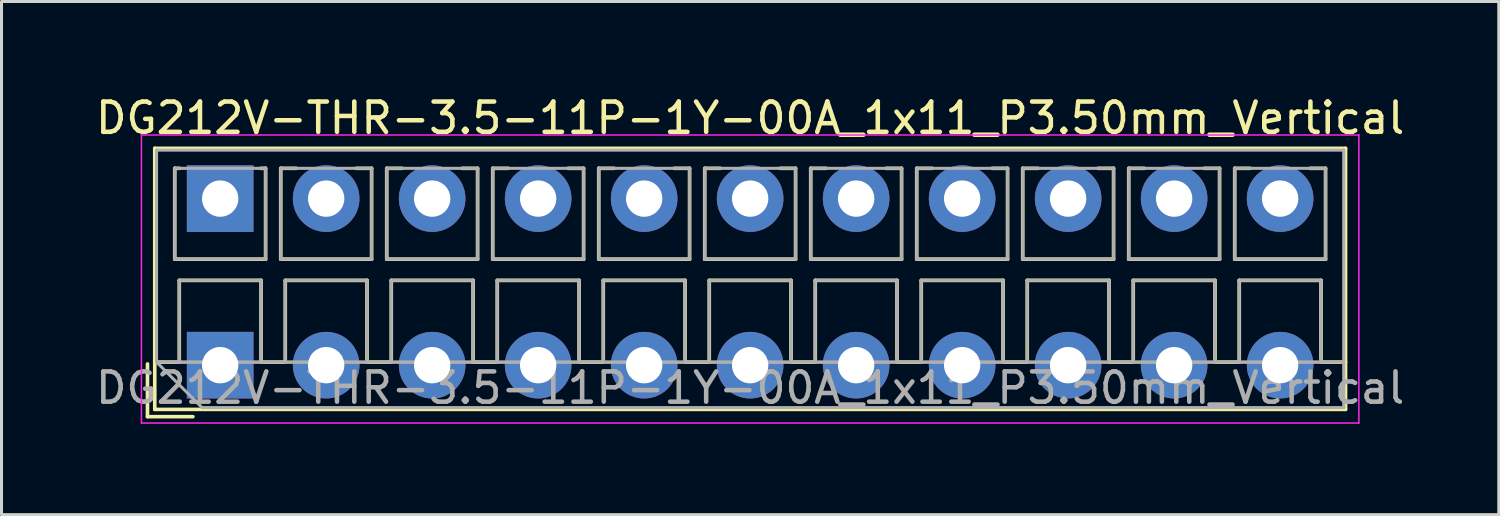
<source format=kicad_pcb>
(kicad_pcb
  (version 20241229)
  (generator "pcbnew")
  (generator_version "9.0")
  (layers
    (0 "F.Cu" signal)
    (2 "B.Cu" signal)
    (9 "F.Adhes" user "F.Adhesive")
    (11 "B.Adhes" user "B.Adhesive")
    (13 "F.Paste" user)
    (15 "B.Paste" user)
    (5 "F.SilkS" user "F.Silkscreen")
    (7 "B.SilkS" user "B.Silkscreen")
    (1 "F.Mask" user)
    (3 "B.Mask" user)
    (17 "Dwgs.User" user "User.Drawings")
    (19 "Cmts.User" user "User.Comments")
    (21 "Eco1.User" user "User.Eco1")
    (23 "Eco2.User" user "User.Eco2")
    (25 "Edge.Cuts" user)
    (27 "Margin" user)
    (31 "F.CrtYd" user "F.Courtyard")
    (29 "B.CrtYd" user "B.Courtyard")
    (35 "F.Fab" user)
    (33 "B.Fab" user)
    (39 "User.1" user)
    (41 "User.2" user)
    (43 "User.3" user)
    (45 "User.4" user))
  (footprint "DG212V-THR-3.5-11P-1Y-00A_1x11_P3.50mm_Vertical"
    (layer "F.Cu")
    (at 4.22 9.008)
    (property "Reference" "DG212V-THR-3.5-11P-1Y-00A_1x11_P3.50mm_Vertical" (at 17.5 -8.16 0) (layer "F.SilkS") (effects (font (size 1 1) (thickness 0.15))))
    (attr through_hole)
    (fp_line (start -2.4 -0.04) (end -2.4 1.7) (stroke (width 0.12) (type solid)) (layer "F.SilkS"))
    (fp_line (start -2.4 1.7) (end -0.9 1.7) (stroke (width 0.12) (type solid)) (layer "F.SilkS"))
    (fp_line (start -2.16 -7.16) (end -2.16 1.46) (stroke (width 0.12) (type solid)) (layer "F.SilkS"))
    (fp_line (start -2.16 -7.16) (end 37.16 -7.16) (stroke (width 0.12) (type solid)) (layer "F.SilkS"))
    (fp_line (start -2.16 -0.1) (end -1.34 -0.1) (stroke (width 0.12) (type solid)) (layer "F.SilkS"))
    (fp_line (start -2.16 1.46) (end 37.16 1.46) (stroke (width 0.12) (type solid)) (layer "F.SilkS"))
    (fp_line (start -1.5 -6.5) (end -1.5 -3.5) (stroke (width 0.12) (type solid)) (layer "F.SilkS"))
    (fp_line (start -1.5 -6.5) (end -1.34 -6.5) (stroke (width 0.12) (type solid)) (layer "F.SilkS"))
    (fp_line (start -1.5 -3.5) (end 1.5 -3.5) (stroke (width 0.12) (type solid)) (layer "F.SilkS"))
    (fp_line (start -1.35 -2.8) (end -1.35 -0.1) (stroke (width 0.12) (type solid)) (layer "F.SilkS"))
    (fp_line (start -1.35 -2.8) (end 1.35 -2.8) (stroke (width 0.12) (type solid)) (layer "F.SilkS"))
    (fp_line (start -1.35 -0.1) (end -1.34 -0.1) (stroke (width 0.12) (type solid)) (layer "F.SilkS"))
    (fp_line (start 1.34 -6.5) (end 1.5 -6.5) (stroke (width 0.12) (type solid)) (layer "F.SilkS"))
    (fp_line (start 1.34 -0.1) (end 1.35 -0.1) (stroke (width 0.12) (type solid)) (layer "F.SilkS"))
    (fp_line (start 1.34 -0.1) (end 2.148 -0.1) (stroke (width 0.12) (type solid)) (layer "F.SilkS"))
    (fp_line (start 1.35 -2.8) (end 1.35 -0.1) (stroke (width 0.12) (type solid)) (layer "F.SilkS"))
    (fp_line (start 1.5 -6.5) (end 1.5 -3.5) (stroke (width 0.12) (type solid)) (layer "F.SilkS"))
    (fp_line (start 2 -6.5) (end 2 -3.5) (stroke (width 0.12) (type solid)) (layer "F.SilkS"))
    (fp_line (start 2 -6.5) (end 2.512 -6.5) (stroke (width 0.12) (type solid)) (layer "F.SilkS"))
    (fp_line (start 2 -3.5) (end 5 -3.5) (stroke (width 0.12) (type solid)) (layer "F.SilkS"))
    (fp_line (start 2.15 -2.8) (end 2.15 -0.183) (stroke (width 0.12) (type solid)) (layer "F.SilkS"))
    (fp_line (start 2.15 -2.8) (end 4.85 -2.8) (stroke (width 0.12) (type solid)) (layer "F.SilkS"))
    (fp_line (start 4.489 -6.5) (end 5 -6.5) (stroke (width 0.12) (type solid)) (layer "F.SilkS"))
    (fp_line (start 4.85 -2.8) (end 4.85 -0.183) (stroke (width 0.12) (type solid)) (layer "F.SilkS"))
    (fp_line (start 4.853 -0.1) (end 5.648 -0.1) (stroke (width 0.12) (type solid)) (layer "F.SilkS"))
    (fp_line (start 5 -6.5) (end 5 -3.5) (stroke (width 0.12) (type solid)) (layer "F.SilkS"))
    (fp_line (start 5.5 -6.5) (end 5.5 -3.5) (stroke (width 0.12) (type solid)) (layer "F.SilkS"))
    (fp_line (start 5.5 -6.5) (end 6.012 -6.5) (stroke (width 0.12) (type solid)) (layer "F.SilkS"))
    (fp_line (start 5.5 -3.5) (end 8.5 -3.5) (stroke (width 0.12) (type solid)) (layer "F.SilkS"))
    (fp_line (start 5.65 -2.8) (end 5.65 -0.183) (stroke (width 0.12) (type solid)) (layer "F.SilkS"))
    (fp_line (start 5.65 -2.8) (end 8.351 -2.8) (stroke (width 0.12) (type solid)) (layer "F.SilkS"))
    (fp_line (start 7.989 -6.5) (end 8.5 -6.5) (stroke (width 0.12) (type solid)) (layer "F.SilkS"))
    (fp_line (start 8.351 -2.8) (end 8.351 -0.183) (stroke (width 0.12) (type solid)) (layer "F.SilkS"))
    (fp_line (start 8.353 -0.1) (end 9.148 -0.1) (stroke (width 0.12) (type solid)) (layer "F.SilkS"))
    (fp_line (start 8.5 -6.5) (end 8.5 -3.5) (stroke (width 0.12) (type solid)) (layer "F.SilkS"))
    (fp_line (start 9 -6.5) (end 9 -3.5) (stroke (width 0.12) (type solid)) (layer "F.SilkS"))
    (fp_line (start 9 -6.5) (end 9.512 -6.5) (stroke (width 0.12) (type solid)) (layer "F.SilkS"))
    (fp_line (start 9 -3.5) (end 12 -3.5) (stroke (width 0.12) (type solid)) (layer "F.SilkS"))
    (fp_line (start 9.15 -2.8) (end 9.15 -0.183) (stroke (width 0.12) (type solid)) (layer "F.SilkS"))
    (fp_line (start 9.15 -2.8) (end 11.851 -2.8) (stroke (width 0.12) (type solid)) (layer "F.SilkS"))
    (fp_line (start 11.489 -6.5) (end 12 -6.5) (stroke (width 0.12) (type solid)) (layer "F.SilkS"))
    (fp_line (start 11.851 -2.8) (end 11.851 -0.183) (stroke (width 0.12) (type solid)) (layer "F.SilkS"))
    (fp_line (start 11.853 -0.1) (end 12.648 -0.1) (stroke (width 0.12) (type solid)) (layer "F.SilkS"))
    (fp_line (start 12 -6.5) (end 12 -3.5) (stroke (width 0.12) (type solid)) (layer "F.SilkS"))
    (fp_line (start 12.5 -6.5) (end 12.5 -3.5) (stroke (width 0.12) (type solid)) (layer "F.SilkS"))
    (fp_line (start 12.5 -6.5) (end 13.012 -6.5) (stroke (width 0.12) (type solid)) (layer "F.SilkS"))
    (fp_line (start 12.5 -3.5) (end 15.5 -3.5) (stroke (width 0.12) (type solid)) (layer "F.SilkS"))
    (fp_line (start 12.65 -2.8) (end 12.65 -0.183) (stroke (width 0.12) (type solid)) (layer "F.SilkS"))
    (fp_line (start 12.65 -2.8) (end 15.351 -2.8) (stroke (width 0.12) (type solid)) (layer "F.SilkS"))
    (fp_line (start 14.989 -6.5) (end 15.5 -6.5) (stroke (width 0.12) (type solid)) (layer "F.SilkS"))
    (fp_line (start 15.351 -2.8) (end 15.351 -0.183) (stroke (width 0.12) (type solid)) (layer "F.SilkS"))
    (fp_line (start 15.353 -0.1) (end 16.148 -0.1) (stroke (width 0.12) (type solid)) (layer "F.SilkS"))
    (fp_line (start 15.5 -6.5) (end 15.5 -3.5) (stroke (width 0.12) (type solid)) (layer "F.SilkS"))
    (fp_line (start 16 -6.5) (end 16 -3.5) (stroke (width 0.12) (type solid)) (layer "F.SilkS"))
    (fp_line (start 16 -6.5) (end 16.512 -6.5) (stroke (width 0.12) (type solid)) (layer "F.SilkS"))
    (fp_line (start 16 -3.5) (end 19 -3.5) (stroke (width 0.12) (type solid)) (layer "F.SilkS"))
    (fp_line (start 16.15 -2.8) (end 16.15 -0.183) (stroke (width 0.12) (type solid)) (layer "F.SilkS"))
    (fp_line (start 16.15 -2.8) (end 18.85 -2.8) (stroke (width 0.12) (type solid)) (layer "F.SilkS"))
    (fp_line (start 18.489 -6.5) (end 19 -6.5) (stroke (width 0.12) (type solid)) (layer "F.SilkS"))
    (fp_line (start 18.85 -2.8) (end 18.85 -0.183) (stroke (width 0.12) (type solid)) (layer "F.SilkS"))
    (fp_line (start 18.853 -0.1) (end 19.648 -0.1) (stroke (width 0.12) (type solid)) (layer "F.SilkS"))
    (fp_line (start 19 -6.5) (end 19 -3.5) (stroke (width 0.12) (type solid)) (layer "F.SilkS"))
    (fp_line (start 19.5 -6.5) (end 19.5 -3.5) (stroke (width 0.12) (type solid)) (layer "F.SilkS"))
    (fp_line (start 19.5 -6.5) (end 20.012 -6.5) (stroke (width 0.12) (type solid)) (layer "F.SilkS"))
    (fp_line (start 19.5 -3.5) (end 22.5 -3.5) (stroke (width 0.12) (type solid)) (layer "F.SilkS"))
    (fp_line (start 19.65 -2.8) (end 19.65 -0.183) (stroke (width 0.12) (type solid)) (layer "F.SilkS"))
    (fp_line (start 19.65 -2.8) (end 22.35 -2.8) (stroke (width 0.12) (type solid)) (layer "F.SilkS"))
    (fp_line (start 21.989 -6.5) (end 22.5 -6.5) (stroke (width 0.12) (type solid)) (layer "F.SilkS"))
    (fp_line (start 22.35 -2.8) (end 22.35 -0.183) (stroke (width 0.12) (type solid)) (layer "F.SilkS"))
    (fp_line (start 22.353 -0.1) (end 23.148 -0.1) (stroke (width 0.12) (type solid)) (layer "F.SilkS"))
    (fp_line (start 22.5 -6.5) (end 22.5 -3.5) (stroke (width 0.12) (type solid)) (layer "F.SilkS"))
    (fp_line (start 23 -6.5) (end 23 -3.5) (stroke (width 0.12) (type solid)) (layer "F.SilkS"))
    (fp_line (start 23 -6.5) (end 23.512 -6.5) (stroke (width 0.12) (type solid)) (layer "F.SilkS"))
    (fp_line (start 23 -3.5) (end 26 -3.5) (stroke (width 0.12) (type solid)) (layer "F.SilkS"))
    (fp_line (start 23.15 -2.8) (end 23.15 -0.183) (stroke (width 0.12) (type solid)) (layer "F.SilkS"))
    (fp_line (start 23.15 -2.8) (end 25.85 -2.8) (stroke (width 0.12) (type solid)) (layer "F.SilkS"))
    (fp_line (start 25.489 -6.5) (end 26 -6.5) (stroke (width 0.12) (type solid)) (layer "F.SilkS"))
    (fp_line (start 25.85 -2.8) (end 25.85 -0.183) (stroke (width 0.12) (type solid)) (layer "F.SilkS"))
    (fp_line (start 25.853 -0.1) (end 26.648 -0.1) (stroke (width 0.12) (type solid)) (layer "F.SilkS"))
    (fp_line (start 26 -6.5) (end 26 -3.5) (stroke (width 0.12) (type solid)) (layer "F.SilkS"))
    (fp_line (start 26.5 -6.5) (end 26.5 -3.5) (stroke (width 0.12) (type solid)) (layer "F.SilkS"))
    (fp_line (start 26.5 -6.5) (end 27.012 -6.5) (stroke (width 0.12) (type solid)) (layer "F.SilkS"))
    (fp_line (start 26.5 -3.5) (end 29.5 -3.5) (stroke (width 0.12) (type solid)) (layer "F.SilkS"))
    (fp_line (start 26.65 -2.8) (end 26.65 -0.183) (stroke (width 0.12) (type solid)) (layer "F.SilkS"))
    (fp_line (start 26.65 -2.8) (end 29.35 -2.8) (stroke (width 0.12) (type solid)) (layer "F.SilkS"))
    (fp_line (start 28.989 -6.5) (end 29.5 -6.5) (stroke (width 0.12) (type solid)) (layer "F.SilkS"))
    (fp_line (start 29.35 -2.8) (end 29.35 -0.183) (stroke (width 0.12) (type solid)) (layer "F.SilkS"))
    (fp_line (start 29.353 -0.1) (end 30.148 -0.1) (stroke (width 0.12) (type solid)) (layer "F.SilkS"))
    (fp_line (start 29.5 -6.5) (end 29.5 -3.5) (stroke (width 0.12) (type solid)) (layer "F.SilkS"))
    (fp_line (start 30 -6.5) (end 30 -3.5) (stroke (width 0.12) (type solid)) (layer "F.SilkS"))
    (fp_line (start 30 -6.5) (end 30.512 -6.5) (stroke (width 0.12) (type solid)) (layer "F.SilkS"))
    (fp_line (start 30 -3.5) (end 33 -3.5) (stroke (width 0.12) (type solid)) (layer "F.SilkS"))
    (fp_line (start 30.15 -2.8) (end 30.15 -0.183) (stroke (width 0.12) (type solid)) (layer "F.SilkS"))
    (fp_line (start 30.15 -2.8) (end 32.85 -2.8) (stroke (width 0.12) (type solid)) (layer "F.SilkS"))
    (fp_line (start 32.489 -6.5) (end 33 -6.5) (stroke (width 0.12) (type solid)) (layer "F.SilkS"))
    (fp_line (start 32.85 -2.8) (end 32.85 -0.183) (stroke (width 0.12) (type solid)) (layer "F.SilkS"))
    (fp_line (start 32.853 -0.1) (end 33.648 -0.1) (stroke (width 0.12) (type solid)) (layer "F.SilkS"))
    (fp_line (start 33 -6.5) (end 33 -3.5) (stroke (width 0.12) (type solid)) (layer "F.SilkS"))
    (fp_line (start 33.5 -6.5) (end 33.5 -3.5) (stroke (width 0.12) (type solid)) (layer "F.SilkS"))
    (fp_line (start 33.5 -6.5) (end 34.012 -6.5) (stroke (width 0.12) (type solid)) (layer "F.SilkS"))
    (fp_line (start 33.5 -3.5) (end 36.5 -3.5) (stroke (width 0.12) (type solid)) (layer "F.SilkS"))
    (fp_line (start 33.65 -2.8) (end 33.65 -0.183) (stroke (width 0.12) (type solid)) (layer "F.SilkS"))
    (fp_line (start 33.65 -2.8) (end 36.35 -2.8) (stroke (width 0.12) (type solid)) (layer "F.SilkS"))
    (fp_line (start 35.989 -6.5) (end 36.5 -6.5) (stroke (width 0.12) (type solid)) (layer "F.SilkS"))
    (fp_line (start 36.35 -2.8) (end 36.35 -0.183) (stroke (width 0.12) (type solid)) (layer "F.SilkS"))
    (fp_line (start 36.353 -0.1) (end 37.16 -0.1) (stroke (width 0.12) (type solid)) (layer "F.SilkS"))
    (fp_line (start 36.5 -6.5) (end 36.5 -3.5) (stroke (width 0.12) (type solid)) (layer "F.SilkS"))
    (fp_line (start 37.16 -7.16) (end 37.16 1.46) (stroke (width 0.12) (type solid)) (layer "F.SilkS"))
    (fp_line (start -2.6 -7.6) (end -2.6 1.91) (stroke (width 0.05) (type solid)) (layer "F.CrtYd"))
    (fp_line (start -2.6 1.91) (end 37.6 1.91) (stroke (width 0.05) (type solid)) (layer "F.CrtYd"))
    (fp_line (start 37.6 -7.6) (end -2.6 -7.6) (stroke (width 0.05) (type solid)) (layer "F.CrtYd"))
    (fp_line (start 37.6 1.91) (end 37.6 -7.6) (stroke (width 0.05) (type solid)) (layer "F.CrtYd"))
    (fp_line (start -2.1 -7.1) (end 37.1 -7.1) (stroke (width 0.1) (type solid)) (layer "F.Fab"))
    (fp_line (start -2.1 -0.1) (end -2.1 -7.1) (stroke (width 0.1) (type solid)) (layer "F.Fab"))
    (fp_line (start -2.1 -0.1) (end 37.1 -0.1) (stroke (width 0.1) (type solid)) (layer "F.Fab"))
    (fp_line (start -1.5 -6.5) (end -1.5 -3.5) (stroke (width 0.1) (type solid)) (layer "F.Fab"))
    (fp_line (start -1.5 -3.5) (end 1.5 -3.5) (stroke (width 0.1) (type solid)) (layer "F.Fab"))
    (fp_line (start -1.35 -2.8) (end -1.35 -0.1) (stroke (width 0.1) (type solid)) (layer "F.Fab"))
    (fp_line (start -1.35 -0.1) (end 1.35 -0.1) (stroke (width 0.1) (type solid)) (layer "F.Fab"))
    (fp_line (start -0.6 1.4) (end -2.1 -0.1) (stroke (width 0.1) (type solid)) (layer "F.Fab"))
    (fp_line (start 1.35 -2.8) (end -1.35 -2.8) (stroke (width 0.1) (type solid)) (layer "F.Fab"))
    (fp_line (start 1.35 -0.1) (end 1.35 -2.8) (stroke (width 0.1) (type solid)) (layer "F.Fab"))
    (fp_line (start 1.5 -6.5) (end -1.5 -6.5) (stroke (width 0.1) (type solid)) (layer "F.Fab"))
    (fp_line (start 1.5 -3.5) (end 1.5 -6.5) (stroke (width 0.1) (type solid)) (layer "F.Fab"))
    (fp_line (start 2 -6.5) (end 2 -3.5) (stroke (width 0.1) (type solid)) (layer "F.Fab"))
    (fp_line (start 2 -3.5) (end 5 -3.5) (stroke (width 0.1) (type solid)) (layer "F.Fab"))
    (fp_line (start 2.15 -2.8) (end 2.15 -0.1) (stroke (width 0.1) (type solid)) (layer "F.Fab"))
    (fp_line (start 2.15 -0.1) (end 4.85 -0.1) (stroke (width 0.1) (type solid)) (layer "F.Fab"))
    (fp_line (start 4.85 -2.8) (end 2.15 -2.8) (stroke (width 0.1) (type solid)) (layer "F.Fab"))
    (fp_line (start 4.85 -0.1) (end 4.85 -2.8) (stroke (width 0.1) (type solid)) (layer "F.Fab"))
    (fp_line (start 5 -6.5) (end 2 -6.5) (stroke (width 0.1) (type solid)) (layer "F.Fab"))
    (fp_line (start 5 -3.5) (end 5 -6.5) (stroke (width 0.1) (type solid)) (layer "F.Fab"))
    (fp_line (start 5.5 -6.5) (end 5.5 -3.5) (stroke (width 0.1) (type solid)) (layer "F.Fab"))
    (fp_line (start 5.5 -3.5) (end 8.5 -3.5) (stroke (width 0.1) (type solid)) (layer "F.Fab"))
    (fp_line (start 5.65 -2.8) (end 5.65 -0.1) (stroke (width 0.1) (type solid)) (layer "F.Fab"))
    (fp_line (start 5.65 -0.1) (end 8.351 -0.1) (stroke (width 0.1) (type solid)) (layer "F.Fab"))
    (fp_line (start 8.351 -2.8) (end 5.65 -2.8) (stroke (width 0.1) (type solid)) (layer "F.Fab"))
    (fp_line (start 8.351 -0.1) (end 8.351 -2.8) (stroke (width 0.1) (type solid)) (layer "F.Fab"))
    (fp_line (start 8.5 -6.5) (end 5.5 -6.5) (stroke (width 0.1) (type solid)) (layer "F.Fab"))
    (fp_line (start 8.5 -3.5) (end 8.5 -6.5) (stroke (width 0.1) (type solid)) (layer "F.Fab"))
    (fp_line (start 9 -6.5) (end 9 -3.5) (stroke (width 0.1) (type solid)) (layer "F.Fab"))
    (fp_line (start 9 -3.5) (end 12 -3.5) (stroke (width 0.1) (type solid)) (layer "F.Fab"))
    (fp_line (start 9.15 -2.8) (end 9.15 -0.1) (stroke (width 0.1) (type solid)) (layer "F.Fab"))
    (fp_line (start 9.15 -0.1) (end 11.851 -0.1) (stroke (width 0.1) (type solid)) (layer "F.Fab"))
    (fp_line (start 11.851 -2.8) (end 9.15 -2.8) (stroke (width 0.1) (type solid)) (layer "F.Fab"))
    (fp_line (start 11.851 -0.1) (end 11.851 -2.8) (stroke (width 0.1) (type solid)) (layer "F.Fab"))
    (fp_line (start 12 -6.5) (end 9 -6.5) (stroke (width 0.1) (type solid)) (layer "F.Fab"))
    (fp_line (start 12 -3.5) (end 12 -6.5) (stroke (width 0.1) (type solid)) (layer "F.Fab"))
    (fp_line (start 12.5 -6.5) (end 12.5 -3.5) (stroke (width 0.1) (type solid)) (layer "F.Fab"))
    (fp_line (start 12.5 -3.5) (end 15.5 -3.5) (stroke (width 0.1) (type solid)) (layer "F.Fab"))
    (fp_line (start 12.65 -2.8) (end 12.65 -0.1) (stroke (width 0.1) (type solid)) (layer "F.Fab"))
    (fp_line (start 12.65 -0.1) (end 15.351 -0.1) (stroke (width 0.1) (type solid)) (layer "F.Fab"))
    (fp_line (start 15.351 -2.8) (end 12.65 -2.8) (stroke (width 0.1) (type solid)) (layer "F.Fab"))
    (fp_line (start 15.351 -0.1) (end 15.351 -2.8) (stroke (width 0.1) (type solid)) (layer "F.Fab"))
    (fp_line (start 15.5 -6.5) (end 12.5 -6.5) (stroke (width 0.1) (type solid)) (layer "F.Fab"))
    (fp_line (start 15.5 -3.5) (end 15.5 -6.5) (stroke (width 0.1) (type solid)) (layer "F.Fab"))
    (fp_line (start 16 -6.5) (end 16 -3.5) (stroke (width 0.1) (type solid)) (layer "F.Fab"))
    (fp_line (start 16 -3.5) (end 19 -3.5) (stroke (width 0.1) (type solid)) (layer "F.Fab"))
    (fp_line (start 16.15 -2.8) (end 16.15 -0.1) (stroke (width 0.1) (type solid)) (layer "F.Fab"))
    (fp_line (start 16.15 -0.1) (end 18.85 -0.1) (stroke (width 0.1) (type solid)) (layer "F.Fab"))
    (fp_line (start 18.85 -2.8) (end 16.15 -2.8) (stroke (width 0.1) (type solid)) (layer "F.Fab"))
    (fp_line (start 18.85 -0.1) (end 18.85 -2.8) (stroke (width 0.1) (type solid)) (layer "F.Fab"))
    (fp_line (start 19 -6.5) (end 16 -6.5) (stroke (width 0.1) (type solid)) (layer "F.Fab"))
    (fp_line (start 19 -3.5) (end 19 -6.5) (stroke (width 0.1) (type solid)) (layer "F.Fab"))
    (fp_line (start 19.5 -6.5) (end 19.5 -3.5) (stroke (width 0.1) (type solid)) (layer "F.Fab"))
    (fp_line (start 19.5 -3.5) (end 22.5 -3.5) (stroke (width 0.1) (type solid)) (layer "F.Fab"))
    (fp_line (start 19.65 -2.8) (end 19.65 -0.1) (stroke (width 0.1) (type solid)) (layer "F.Fab"))
    (fp_line (start 19.65 -0.1) (end 22.35 -0.1) (stroke (width 0.1) (type solid)) (layer "F.Fab"))
    (fp_line (start 22.35 -2.8) (end 19.65 -2.8) (stroke (width 0.1) (type solid)) (layer "F.Fab"))
    (fp_line (start 22.35 -0.1) (end 22.35 -2.8) (stroke (width 0.1) (type solid)) (layer "F.Fab"))
    (fp_line (start 22.5 -6.5) (end 19.5 -6.5) (stroke (width 0.1) (type solid)) (layer "F.Fab"))
    (fp_line (start 22.5 -3.5) (end 22.5 -6.5) (stroke (width 0.1) (type solid)) (layer "F.Fab"))
    (fp_line (start 23 -6.5) (end 23 -3.5) (stroke (width 0.1) (type solid)) (layer "F.Fab"))
    (fp_line (start 23 -3.5) (end 26 -3.5) (stroke (width 0.1) (type solid)) (layer "F.Fab"))
    (fp_line (start 23.15 -2.8) (end 23.15 -0.1) (stroke (width 0.1) (type solid)) (layer "F.Fab"))
    (fp_line (start 23.15 -0.1) (end 25.85 -0.1) (stroke (width 0.1) (type solid)) (layer "F.Fab"))
    (fp_line (start 25.85 -2.8) (end 23.15 -2.8) (stroke (width 0.1) (type solid)) (layer "F.Fab"))
    (fp_line (start 25.85 -0.1) (end 25.85 -2.8) (stroke (width 0.1) (type solid)) (layer "F.Fab"))
    (fp_line (start 26 -6.5) (end 23 -6.5) (stroke (width 0.1) (type solid)) (layer "F.Fab"))
    (fp_line (start 26 -3.5) (end 26 -6.5) (stroke (width 0.1) (type solid)) (layer "F.Fab"))
    (fp_line (start 26.5 -6.5) (end 26.5 -3.5) (stroke (width 0.1) (type solid)) (layer "F.Fab"))
    (fp_line (start 26.5 -3.5) (end 29.5 -3.5) (stroke (width 0.1) (type solid)) (layer "F.Fab"))
    (fp_line (start 26.65 -2.8) (end 26.65 -0.1) (stroke (width 0.1) (type solid)) (layer "F.Fab"))
    (fp_line (start 26.65 -0.1) (end 29.35 -0.1) (stroke (width 0.1) (type solid)) (layer "F.Fab"))
    (fp_line (start 29.35 -2.8) (end 26.65 -2.8) (stroke (width 0.1) (type solid)) (layer "F.Fab"))
    (fp_line (start 29.35 -0.1) (end 29.35 -2.8) (stroke (width 0.1) (type solid)) (layer "F.Fab"))
    (fp_line (start 29.5 -6.5) (end 26.5 -6.5) (stroke (width 0.1) (type solid)) (layer "F.Fab"))
    (fp_line (start 29.5 -3.5) (end 29.5 -6.5) (stroke (width 0.1) (type solid)) (layer "F.Fab"))
    (fp_line (start 30 -6.5) (end 30 -3.5) (stroke (width 0.1) (type solid)) (layer "F.Fab"))
    (fp_line (start 30 -3.5) (end 33 -3.5) (stroke (width 0.1) (type solid)) (layer "F.Fab"))
    (fp_line (start 30.15 -2.8) (end 30.15 -0.1) (stroke (width 0.1) (type solid)) (layer "F.Fab"))
    (fp_line (start 30.15 -0.1) (end 32.85 -0.1) (stroke (width 0.1) (type solid)) (layer "F.Fab"))
    (fp_line (start 32.85 -2.8) (end 30.15 -2.8) (stroke (width 0.1) (type solid)) (layer "F.Fab"))
    (fp_line (start 32.85 -0.1) (end 32.85 -2.8) (stroke (width 0.1) (type solid)) (layer "F.Fab"))
    (fp_line (start 33 -6.5) (end 30 -6.5) (stroke (width 0.1) (type solid)) (layer "F.Fab"))
    (fp_line (start 33 -3.5) (end 33 -6.5) (stroke (width 0.1) (type solid)) (layer "F.Fab"))
    (fp_line (start 33.5 -6.5) (end 33.5 -3.5) (stroke (width 0.1) (type solid)) (layer "F.Fab"))
    (fp_line (start 33.5 -3.5) (end 36.5 -3.5) (stroke (width 0.1) (type solid)) (layer "F.Fab"))
    (fp_line (start 33.65 -2.8) (end 33.65 -0.1) (stroke (width 0.1) (type solid)) (layer "F.Fab"))
    (fp_line (start 33.65 -0.1) (end 36.35 -0.1) (stroke (width 0.1) (type solid)) (layer "F.Fab"))
    (fp_line (start 36.35 -2.8) (end 33.65 -2.8) (stroke (width 0.1) (type solid)) (layer "F.Fab"))
    (fp_line (start 36.35 -0.1) (end 36.35 -2.8) (stroke (width 0.1) (type solid)) (layer "F.Fab"))
    (fp_line (start 36.5 -6.5) (end 33.5 -6.5) (stroke (width 0.1) (type solid)) (layer "F.Fab"))
    (fp_line (start 36.5 -3.5) (end 36.5 -6.5) (stroke (width 0.1) (type solid)) (layer "F.Fab"))
    (fp_line (start 37.1 -7.1) (end 37.1 1.4) (stroke (width 0.1) (type solid)) (layer "F.Fab"))
    (fp_line (start 37.1 1.4) (end -0.6 1.4) (stroke (width 0.1) (type solid)) (layer "F.Fab"))
    (fp_text user "${REFERENCE}" (at 17.5 0.75 0) (layer "F.Fab") (effects (font (size 1 1) (thickness 0.15))))
    (pad "1" thru_hole rect (at 0 -5.5) (size 2.2 2.2) (drill 1.2) (layers "*.Cu" "*.Mask"))
    (pad "1" thru_hole rect (at 0 0) (size 2.2 2.2) (drill 1.2) (layers "*.Cu" "*.Mask"))
    (pad "2" thru_hole circle (at 3.5 -5.5) (size 2.2 2.2) (drill 1.2) (layers "*.Cu" "*.Mask"))
    (pad "2" thru_hole circle (at 3.5 0) (size 2.2 2.2) (drill 1.2) (layers "*.Cu" "*.Mask"))
    (pad "3" thru_hole circle (at 7 -5.5) (size 2.2 2.2) (drill 1.2) (layers "*.Cu" "*.Mask"))
    (pad "3" thru_hole circle (at 7 0) (size 2.2 2.2) (drill 1.2) (layers "*.Cu" "*.Mask"))
    (pad "4" thru_hole circle (at 10.5 -5.5) (size 2.2 2.2) (drill 1.2) (layers "*.Cu" "*.Mask"))
    (pad "4" thru_hole circle (at 10.5 0) (size 2.2 2.2) (drill 1.2) (layers "*.Cu" "*.Mask"))
    (pad "5" thru_hole circle (at 14 -5.5) (size 2.2 2.2) (drill 1.2) (layers "*.Cu" "*.Mask"))
    (pad "5" thru_hole circle (at 14 0) (size 2.2 2.2) (drill 1.2) (layers "*.Cu" "*.Mask"))
    (pad "6" thru_hole circle (at 17.5 -5.5) (size 2.2 2.2) (drill 1.2) (layers "*.Cu" "*.Mask"))
    (pad "6" thru_hole circle (at 17.5 0) (size 2.2 2.2) (drill 1.2) (layers "*.Cu" "*.Mask"))
    (pad "7" thru_hole circle (at 21 -5.5) (size 2.2 2.2) (drill 1.2) (layers "*.Cu" "*.Mask"))
    (pad "7" thru_hole circle (at 21 0) (size 2.2 2.2) (drill 1.2) (layers "*.Cu" "*.Mask"))
    (pad "8" thru_hole circle (at 24.5 -5.5) (size 2.2 2.2) (drill 1.2) (layers "*.Cu" "*.Mask"))
    (pad "8" thru_hole circle (at 24.5 0) (size 2.2 2.2) (drill 1.2) (layers "*.Cu" "*.Mask"))
    (pad "9" thru_hole circle (at 28 -5.5) (size 2.2 2.2) (drill 1.2) (layers "*.Cu" "*.Mask"))
    (pad "9" thru_hole circle (at 28 0) (size 2.2 2.2) (drill 1.2) (layers "*.Cu" "*.Mask"))
    (pad "10" thru_hole circle (at 31.5 -5.5) (size 2.2 2.2) (drill 1.2) (layers "*.Cu" "*.Mask"))
    (pad "10" thru_hole circle (at 31.5 0) (size 2.2 2.2) (drill 1.2) (layers "*.Cu" "*.Mask"))
    (pad "11" thru_hole circle (at 35 -5.5) (size 2.2 2.2) (drill 1.2) (layers "*.Cu" "*.Mask"))
    (pad "11" thru_hole circle (at 35 0) (size 2.2 2.2) (drill 1.2) (layers "*.Cu" "*.Mask")))
  (gr_rect
    (start -3 -3)
    (end 46.44 13.943)
    (stroke (width 0.1) (type default))
    (fill no)
    (layer "Edge.Cuts")))
</source>
